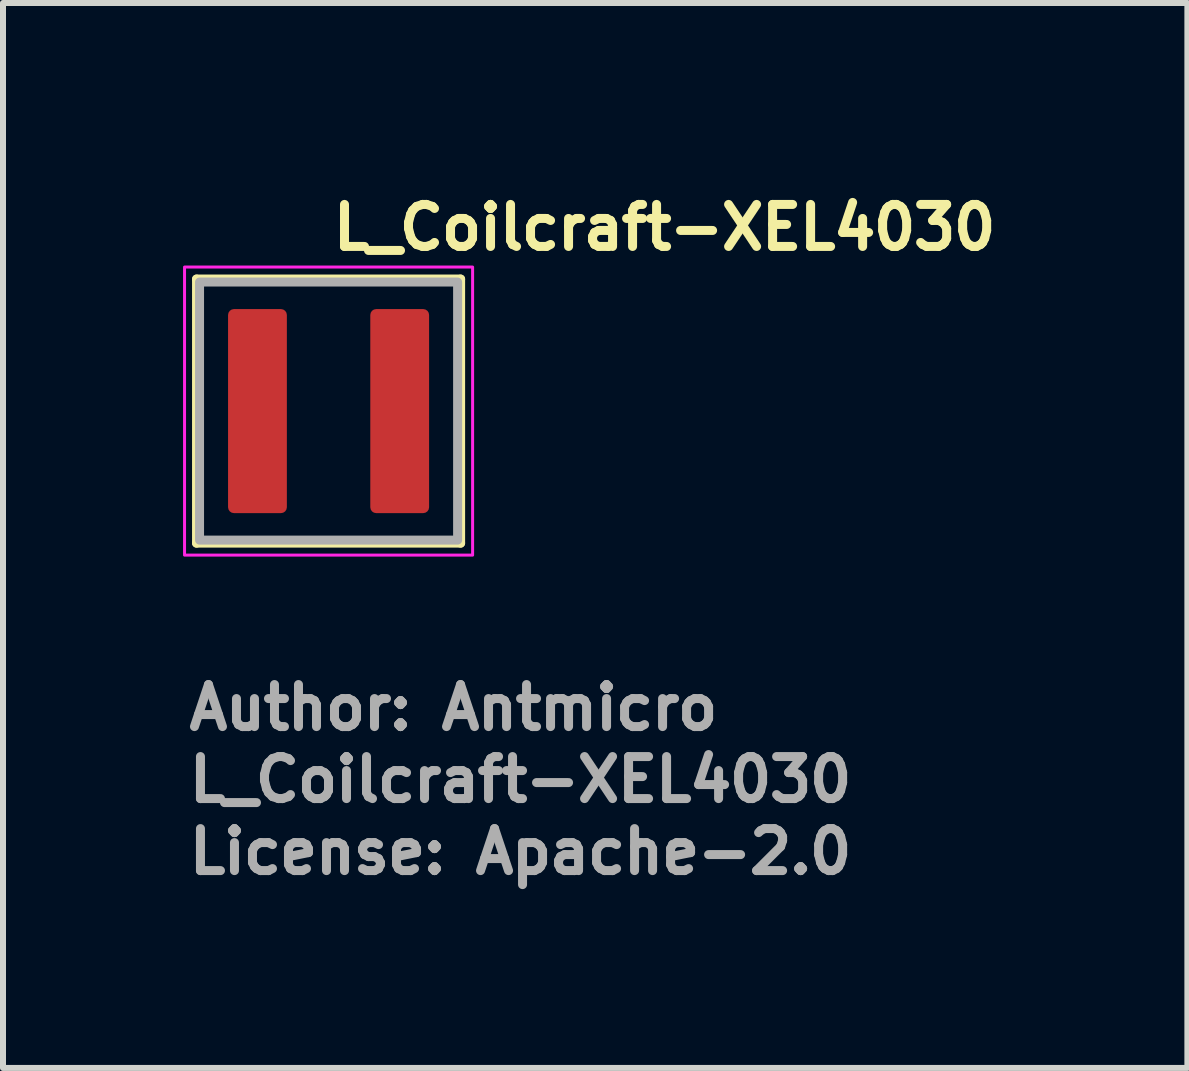
<source format=kicad_pcb>
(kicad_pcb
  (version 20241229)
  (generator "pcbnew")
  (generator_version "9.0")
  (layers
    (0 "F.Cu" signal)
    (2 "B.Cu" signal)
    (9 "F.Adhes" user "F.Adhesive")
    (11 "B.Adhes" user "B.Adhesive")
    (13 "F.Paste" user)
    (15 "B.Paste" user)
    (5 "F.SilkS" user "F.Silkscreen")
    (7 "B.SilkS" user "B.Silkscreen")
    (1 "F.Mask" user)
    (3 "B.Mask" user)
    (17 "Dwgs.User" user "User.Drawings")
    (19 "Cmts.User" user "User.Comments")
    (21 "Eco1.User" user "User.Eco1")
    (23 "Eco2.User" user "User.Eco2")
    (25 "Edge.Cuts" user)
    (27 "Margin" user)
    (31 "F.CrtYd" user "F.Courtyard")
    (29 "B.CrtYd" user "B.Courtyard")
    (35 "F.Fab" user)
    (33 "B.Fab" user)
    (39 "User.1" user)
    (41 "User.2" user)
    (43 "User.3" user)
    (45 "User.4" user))
  (footprint "L_Coilcraft-XEL4030"
    (layer "F.Cu")
    (at 2.425 3.8)
    (property "Reference" "L_Coilcraft-XEL4030" (at 0 -2.65 0) (layer "F.SilkS") (effects (font (size 0.7 0.7) (thickness 0.15)) (justify left bottom)))
    (attr smd)
    (fp_line (start -2.2 -2.2) (end 2.2 -2.2) (stroke (width 0.15) (type solid)) (layer "F.SilkS"))
    (fp_line (start -2.2 2.2) (end -2.2 -2.2) (stroke (width 0.15) (type solid)) (layer "F.SilkS"))
    (fp_line (start -2.2 2.2) (end 2.2 2.2) (stroke (width 0.15) (type solid)) (layer "F.SilkS"))
    (fp_line (start 2.2 2.2) (end 2.2 -2.2) (stroke (width 0.15) (type solid)) (layer "F.SilkS"))
    (fp_rect (start -2.4 -2.4) (end 2.4 2.4) (stroke (width 0.05) (type solid)) (fill no) (layer "F.CrtYd"))
    (fp_rect (start -2.15 -2.15) (end 2.15 2.15) (stroke (width 0.15) (type solid)) (fill no) (layer "F.Fab"))
    (fp_rect (start -2.15 -2.15) (end 2.15 2.15) (stroke (width 0.15) (type solid)) (fill no) (layer "User.5"))
    (fp_line (start -2.15 -2.15) (end -2.15 2.148) (stroke (width 0.02) (type solid)) (layer "User.9"))
    (fp_line (start -2.15 2.148) (end 2.148 2.148) (stroke (width 0.02) (type solid)) (layer "User.9"))
    (fp_line (start -1.903 -1.873) (end -1.657 -1.873) (stroke (width 0.02) (type solid)) (layer "User.9"))
    (fp_line (start -1.903 1.87) (end -1.903 -1.873) (stroke (width 0.02) (type solid)) (layer "User.9"))
    (fp_line (start -1.657 -1.873) (end -1.657 1.87) (stroke (width 0.02) (type solid)) (layer "User.9"))
    (fp_line (start -1.657 1.87) (end -1.903 1.87) (stroke (width 0.02) (type solid)) (layer "User.9"))
    (fp_line (start 2.148 -2.15) (end -2.15 -2.15) (stroke (width 0.02) (type solid)) (layer "User.9"))
    (fp_line (start 2.148 2.148) (end 2.148 -2.15) (stroke (width 0.02) (type solid)) (layer "User.9"))
    (fp_text user "Author: Antmicro" (at -2.4 5.35 0) (layer "F.Fab") (effects (font (size 0.7 0.7) (thickness 0.15)) (justify left bottom)))
    (fp_text user "${REFERENCE}" (at -2.4 6.55 0) (layer "F.Fab") (effects (font (size 0.7 0.7) (thickness 0.15)) (justify left bottom)))
    (fp_text user "License: Apache-2.0" (at -2.4 7.75 0) (layer "F.Fab") (effects (font (size 0.7 0.7) (thickness 0.15)) (justify left bottom)))
    (pad "1" smd roundrect (at -1.185 0) (size 0.98 3.4) (layers "F.Cu" "F.Mask" "F.Paste") (roundrect_rratio 0.1))
    (pad "2" smd roundrect (at 1.185 0) (size 0.98 3.4) (layers "F.Cu" "F.Mask" "F.Paste") (roundrect_rratio 0.1)))
  (gr_rect
    (start -3 -3)
    (end 16.735 14.745)
    (stroke (width 0.1) (type default))
    (fill no)
    (layer "Edge.Cuts")))
</source>
